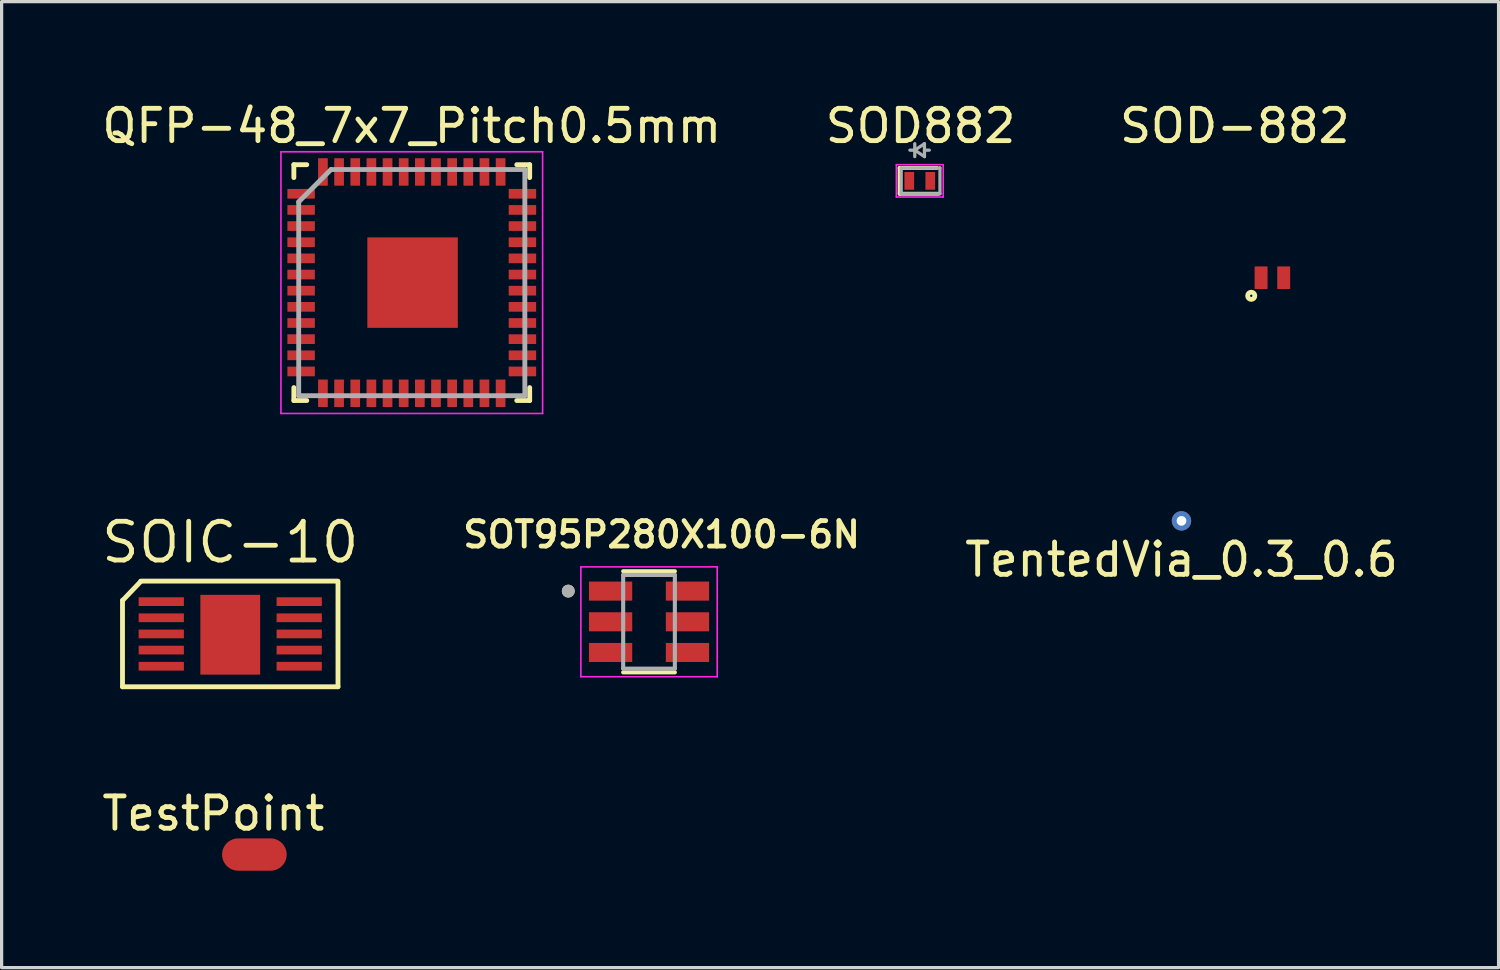
<source format=kicad_pcb>
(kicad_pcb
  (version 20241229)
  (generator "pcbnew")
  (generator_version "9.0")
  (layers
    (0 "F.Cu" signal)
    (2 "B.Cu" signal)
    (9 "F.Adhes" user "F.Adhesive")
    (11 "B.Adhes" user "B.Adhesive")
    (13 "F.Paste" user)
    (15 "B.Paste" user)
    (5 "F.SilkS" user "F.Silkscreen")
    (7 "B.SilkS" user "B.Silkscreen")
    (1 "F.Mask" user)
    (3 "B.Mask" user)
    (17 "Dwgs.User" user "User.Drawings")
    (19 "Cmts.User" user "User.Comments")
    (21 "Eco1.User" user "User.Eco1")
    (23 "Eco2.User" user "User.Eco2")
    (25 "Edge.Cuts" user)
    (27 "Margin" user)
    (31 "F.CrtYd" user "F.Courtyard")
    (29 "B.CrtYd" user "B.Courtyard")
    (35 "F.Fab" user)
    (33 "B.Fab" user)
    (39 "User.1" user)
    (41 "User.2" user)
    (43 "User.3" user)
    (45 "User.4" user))
  (footprint "SOD882"
    (layer "F.Cu")
    (at 25.446 0.348)
    (property "Reference" "SOD882" (at 0 0.5 0) (layer "F.SilkS") (effects (font (size 1 1) (thickness 0.15))))
    (attr through_hole)
    (fp_line (start -0.65 1.8) (end -0.65 2.6) (stroke (width 0.12) (type solid)) (layer "F.SilkS"))
    (fp_line (start 0.5 1.8) (end -0.65 1.8) (stroke (width 0.12) (type solid)) (layer "F.SilkS"))
    (fp_line (start 0.55 2.6) (end -0.65 2.6) (stroke (width 0.12) (type solid)) (layer "F.SilkS"))
    (fp_line (start -0.75 1.7) (end 0.7 1.7) (stroke (width 0.05) (type solid)) (layer "F.CrtYd"))
    (fp_line (start -0.75 2.7) (end -0.75 1.7) (stroke (width 0.05) (type solid)) (layer "F.CrtYd"))
    (fp_line (start 0.7 1.7) (end 0.7 2.7) (stroke (width 0.05) (type solid)) (layer "F.CrtYd"))
    (fp_line (start 0.7 2.7) (end -0.75 2.7) (stroke (width 0.05) (type solid)) (layer "F.CrtYd"))
    (fp_line (start -0.6 1.8) (end 0.6 1.8) (stroke (width 0.1) (type solid)) (layer "F.Fab"))
    (fp_line (start -0.6 2.6) (end -0.6 1.8) (stroke (width 0.1) (type solid)) (layer "F.Fab"))
    (fp_line (start -0.18 1.25) (end -0.33 1.25) (stroke (width 0.1) (type solid)) (layer "F.Fab"))
    (fp_line (start -0.18 1.25) (end 0.12 1.45) (stroke (width 0.1) (type solid)) (layer "F.Fab"))
    (fp_line (start -0.18 1.45) (end -0.18 1.05) (stroke (width 0.1) (type solid)) (layer "F.Fab"))
    (fp_line (start 0.12 1.05) (end -0.18 1.25) (stroke (width 0.1) (type solid)) (layer "F.Fab"))
    (fp_line (start 0.12 1.25) (end 0.27 1.25) (stroke (width 0.1) (type solid)) (layer "F.Fab"))
    (fp_line (start 0.12 1.45) (end 0.12 1.05) (stroke (width 0.1) (type solid)) (layer "F.Fab"))
    (fp_line (start 0.6 1.8) (end 0.6 2.6) (stroke (width 0.1) (type solid)) (layer "F.Fab"))
    (fp_line (start 0.6 2.6) (end -0.6 2.6) (stroke (width 0.1) (type solid)) (layer "F.Fab"))
    (pad "1" smd rect (at -0.35 2.2 180) (size 0.3 0.55) (layers "F.Cu" "F.Mask" "F.Paste"))
    (pad "2" smd rect (at 0.3 2.2 180) (size 0.3 0.55) (layers "F.Cu" "F.Mask" "F.Paste")))
  (footprint "QFP-48_7x7_Pitch0.5mm"
    (layer "F.Cu")
    (at 9.696 5.698)
    (property "Reference" "QFP-48_7x7_Pitch0.5mm" (at 0 -4.85 0) (layer "F.SilkS") (effects (font (size 1 1) (thickness 0.15))))
    (attr smd)
    (fp_line (start -3.65 -3.65) (end -3.65 -3.25) (stroke (width 0.15) (type solid)) (layer "F.SilkS"))
    (fp_line (start -3.65 3.65) (end -3.65 3.25) (stroke (width 0.15) (type solid)) (layer "F.SilkS"))
    (fp_line (start -3.25 -3.65) (end -3.65 -3.65) (stroke (width 0.15) (type solid)) (layer "F.SilkS"))
    (fp_line (start -3.25 3.65) (end -3.65 3.65) (stroke (width 0.15) (type solid)) (layer "F.SilkS"))
    (fp_line (start 3.25 -3.65) (end 3.65 -3.65) (stroke (width 0.15) (type solid)) (layer "F.SilkS"))
    (fp_line (start 3.25 3.65) (end 3.65 3.65) (stroke (width 0.15) (type solid)) (layer "F.SilkS"))
    (fp_line (start 3.65 -3.65) (end 3.65 -3.25) (stroke (width 0.15) (type solid)) (layer "F.SilkS"))
    (fp_line (start 3.65 3.65) (end 3.65 3.25) (stroke (width 0.15) (type solid)) (layer "F.SilkS"))
    (fp_line (start -4.05 -4.05) (end 4.05 -4.05) (stroke (width 0.05) (type solid)) (layer "F.CrtYd"))
    (fp_line (start -4.05 4.05) (end -4.05 -4.05) (stroke (width 0.05) (type solid)) (layer "F.CrtYd"))
    (fp_line (start 4.05 -4.05) (end 4.05 4.05) (stroke (width 0.05) (type solid)) (layer "F.CrtYd"))
    (fp_line (start 4.05 4.05) (end -4.05 4.05) (stroke (width 0.05) (type solid)) (layer "F.CrtYd"))
    (fp_line (start -3.5 -2.5) (end -3.5 3.5) (stroke (width 0.15) (type solid)) (layer "F.Fab"))
    (fp_line (start -3.5 3.5) (end 3.5 3.5) (stroke (width 0.15) (type solid)) (layer "F.Fab"))
    (fp_line (start -2.5 -3.5) (end -3.5 -2.5) (stroke (width 0.15) (type solid)) (layer "F.Fab"))
    (fp_line (start 3.5 -3.5) (end -2.5 -3.5) (stroke (width 0.15) (type solid)) (layer "F.Fab"))
    (fp_line (start 3.5 3.5) (end 3.5 -3.5) (stroke (width 0.15) (type solid)) (layer "F.Fab"))
    (pad "1" smd rect (at -3.425 -2.75 90) (size 0.3 0.85) (layers "F.Cu" "F.Mask" "F.Paste"))
    (pad "2" smd rect (at -3.425 -2.25 90) (size 0.3 0.85) (layers "F.Cu" "F.Mask" "F.Paste"))
    (pad "3" smd rect (at -3.425 -1.75 90) (size 0.3 0.85) (layers "F.Cu" "F.Mask" "F.Paste"))
    (pad "4" smd rect (at -3.425 -1.25 90) (size 0.3 0.85) (layers "F.Cu" "F.Mask" "F.Paste"))
    (pad "5" smd rect (at -3.425 -0.75 90) (size 0.3 0.85) (layers "F.Cu" "F.Mask" "F.Paste"))
    (pad "6" smd rect (at -3.425 -0.25 90) (size 0.3 0.85) (layers "F.Cu" "F.Mask" "F.Paste"))
    (pad "7" smd rect (at -3.425 0.25 90) (size 0.3 0.85) (layers "F.Cu" "F.Mask" "F.Paste"))
    (pad "8" smd rect (at -3.425 0.75 90) (size 0.3 0.85) (layers "F.Cu" "F.Mask" "F.Paste"))
    (pad "9" smd rect (at -3.425 1.25 90) (size 0.3 0.85) (layers "F.Cu" "F.Mask" "F.Paste"))
    (pad "10" smd rect (at -3.425 1.75 90) (size 0.3 0.85) (layers "F.Cu" "F.Mask" "F.Paste"))
    (pad "11" smd rect (at -3.425 2.25 90) (size 0.3 0.85) (layers "F.Cu" "F.Mask" "F.Paste"))
    (pad "12" smd rect (at -3.425 2.75 90) (size 0.3 0.85) (layers "F.Cu" "F.Mask" "F.Paste"))
    (pad "13" smd rect (at -2.75 3.425) (size 0.3 0.85) (layers "F.Cu" "F.Mask" "F.Paste"))
    (pad "14" smd rect (at -2.25 3.425) (size 0.3 0.85) (layers "F.Cu" "F.Mask" "F.Paste"))
    (pad "15" smd rect (at -1.75 3.425) (size 0.3 0.85) (layers "F.Cu" "F.Mask" "F.Paste"))
    (pad "16" smd rect (at -1.25 3.425) (size 0.3 0.85) (layers "F.Cu" "F.Mask" "F.Paste"))
    (pad "17" smd rect (at -0.75 3.425) (size 0.3 0.85) (layers "F.Cu" "F.Mask" "F.Paste"))
    (pad "18" smd rect (at -0.25 3.425) (size 0.3 0.85) (layers "F.Cu" "F.Mask" "F.Paste"))
    (pad "19" smd rect (at 0.25 3.425) (size 0.3 0.85) (layers "F.Cu" "F.Mask" "F.Paste"))
    (pad "20" smd rect (at 0.75 3.425) (size 0.3 0.85) (layers "F.Cu" "F.Mask" "F.Paste"))
    (pad "21" smd rect (at 1.25 3.425) (size 0.3 0.85) (layers "F.Cu" "F.Mask" "F.Paste"))
    (pad "22" smd rect (at 1.75 3.425) (size 0.3 0.85) (layers "F.Cu" "F.Mask" "F.Paste"))
    (pad "23" smd rect (at 2.25 3.425) (size 0.3 0.85) (layers "F.Cu" "F.Mask" "F.Paste"))
    (pad "24" smd rect (at 2.75 3.425) (size 0.3 0.85) (layers "F.Cu" "F.Mask" "F.Paste"))
    (pad "25" smd rect (at 3.425 2.75 90) (size 0.3 0.85) (layers "F.Cu" "F.Mask" "F.Paste"))
    (pad "26" smd rect (at 3.425 2.25 90) (size 0.3 0.85) (layers "F.Cu" "F.Mask" "F.Paste"))
    (pad "27" smd rect (at 3.425 1.75 90) (size 0.3 0.85) (layers "F.Cu" "F.Mask" "F.Paste"))
    (pad "28" smd rect (at 3.425 1.25 90) (size 0.3 0.85) (layers "F.Cu" "F.Mask" "F.Paste"))
    (pad "29" smd rect (at 3.425 0.75 90) (size 0.3 0.85) (layers "F.Cu" "F.Mask" "F.Paste"))
    (pad "30" smd rect (at 3.425 0.25 90) (size 0.3 0.85) (layers "F.Cu" "F.Mask" "F.Paste"))
    (pad "31" smd rect (at 3.425 -0.25 90) (size 0.3 0.85) (layers "F.Cu" "F.Mask" "F.Paste"))
    (pad "32" smd rect (at 3.425 -0.75 90) (size 0.3 0.85) (layers "F.Cu" "F.Mask" "F.Paste"))
    (pad "33" smd rect (at 3.425 -1.25 90) (size 0.3 0.85) (layers "F.Cu" "F.Mask" "F.Paste"))
    (pad "34" smd rect (at 3.425 -1.75 90) (size 0.3 0.85) (layers "F.Cu" "F.Mask" "F.Paste"))
    (pad "35" smd rect (at 3.425 -2.25 90) (size 0.3 0.85) (layers "F.Cu" "F.Mask" "F.Paste"))
    (pad "36" smd rect (at 3.425 -2.75 90) (size 0.3 0.85) (layers "F.Cu" "F.Mask" "F.Paste"))
    (pad "37" smd rect (at 2.75 -3.425) (size 0.3 0.85) (layers "F.Cu" "F.Mask" "F.Paste"))
    (pad "38" smd rect (at 2.25 -3.425) (size 0.3 0.85) (layers "F.Cu" "F.Mask" "F.Paste"))
    (pad "39" smd rect (at 1.75 -3.425) (size 0.3 0.85) (layers "F.Cu" "F.Mask" "F.Paste"))
    (pad "40" smd rect (at 1.25 -3.425) (size 0.3 0.85) (layers "F.Cu" "F.Mask" "F.Paste"))
    (pad "41" smd rect (at 0.75 -3.425) (size 0.3 0.85) (layers "F.Cu" "F.Mask" "F.Paste"))
    (pad "42" smd rect (at 0.25 -3.425) (size 0.3 0.85) (layers "F.Cu" "F.Mask" "F.Paste"))
    (pad "43" smd rect (at -0.25 -3.425) (size 0.3 0.85) (layers "F.Cu" "F.Mask" "F.Paste"))
    (pad "44" smd rect (at -0.75 -3.425) (size 0.3 0.85) (layers "F.Cu" "F.Mask" "F.Paste"))
    (pad "45" smd rect (at -1.25 -3.425) (size 0.3 0.85) (layers "F.Cu" "F.Mask" "F.Paste"))
    (pad "46" smd rect (at -1.75 -3.425) (size 0.3 0.85) (layers "F.Cu" "F.Mask" "F.Paste"))
    (pad "47" smd rect (at -2.25 -3.425) (size 0.3 0.85) (layers "F.Cu" "F.Mask" "F.Paste"))
    (pad "48" smd rect (at -2.75 -3.425) (size 0.3 0.85) (layers "F.Cu" "F.Mask" "F.Paste"))
    (pad "49" smd rect (at 0.025 0) (size 2.8 2.8) (layers "F.Cu" "F.Mask" "F.Paste")))
  (footprint "SOT95P280X100-6N"
    (layer "F.Cu")
    (at 17.04 16.197)
    (property "Reference" "SOT95P280X100-6N" (at 0.39 -2.7 0) (layer "F.SilkS") (effects (font (size 0.787 0.787) (thickness 0.15))))
    (attr through_hole)
    (fp_line (start 0.8 -1.565) (end -0.8 -1.565) (stroke (width 0.127) (type solid)) (layer "F.SilkS"))
    (fp_line (start 0.8 1.565) (end -0.8 1.565) (stroke (width 0.127) (type solid)) (layer "F.SilkS"))
    (fp_circle (center -2.5 -0.95) (end -2.4 -0.95) (stroke (width 0.2) (type solid)) (fill no) (layer "F.SilkS"))
    (fp_line (start -2.11 -1.7) (end -2.11 1.7) (stroke (width 0.05) (type solid)) (layer "F.CrtYd"))
    (fp_line (start -2.11 1.7) (end 2.11 1.7) (stroke (width 0.05) (type solid)) (layer "F.CrtYd"))
    (fp_line (start 2.11 -1.7) (end -2.11 -1.7) (stroke (width 0.05) (type solid)) (layer "F.CrtYd"))
    (fp_line (start 2.11 1.7) (end 2.11 -1.7) (stroke (width 0.05) (type solid)) (layer "F.CrtYd"))
    (fp_line (start -0.8 -1.45) (end -0.8 1.45) (stroke (width 0.127) (type solid)) (layer "F.Fab"))
    (fp_line (start -0.8 1.45) (end 0.8 1.45) (stroke (width 0.127) (type solid)) (layer "F.Fab"))
    (fp_line (start 0.8 -1.45) (end -0.8 -1.45) (stroke (width 0.127) (type solid)) (layer "F.Fab"))
    (fp_line (start 0.8 1.45) (end 0.8 -1.45) (stroke (width 0.127) (type solid)) (layer "F.Fab"))
    (fp_circle (center -2.5 -0.95) (end -2.4 -0.95) (stroke (width 0.2) (type solid)) (fill no) (layer "F.Fab"))
    (pad "1" smd rect (at -1.19 -0.95) (size 1.34 0.59) (layers "F.Cu" "F.Mask" "F.Paste"))
    (pad "2" smd rect (at -1.19 0) (size 1.34 0.59) (layers "F.Cu" "F.Mask" "F.Paste"))
    (pad "3" smd rect (at -1.19 0.95) (size 1.34 0.59) (layers "F.Cu" "F.Mask" "F.Paste"))
    (pad "4" smd rect (at 1.19 0.95) (size 1.34 0.59) (layers "F.Cu" "F.Mask" "F.Paste"))
    (pad "5" smd rect (at 1.19 0) (size 1.34 0.59) (layers "F.Cu" "F.Mask" "F.Paste"))
    (pad "6" smd rect (at 1.19 -0.95) (size 1.34 0.59) (layers "F.Cu" "F.Mask" "F.Paste")))
  (footprint "SOIC-10"
    (layer "F.Cu")
    (at 4.102 16.573)
    (property "Reference" "SOIC-10" (at -0.025 -2.835 0) (layer "F.SilkS") (effects (font (size 1.2 1.2) (thickness 0.15))))
    (attr through_hole)
    (fp_line (start -3.36 -1.042) (end -3.36 1.635) (stroke (width 0.15) (type solid)) (layer "F.SilkS"))
    (fp_line (start -3.36 1.635) (end 3.31 1.635) (stroke (width 0.15) (type solid)) (layer "F.SilkS"))
    (fp_line (start -3.353 -1.041) (end -2.794 -1.626) (stroke (width 0.15) (type solid)) (layer "F.SilkS"))
    (fp_line (start 3.302 -1.635) (end -2.794 -1.635) (stroke (width 0.15) (type solid)) (layer "F.SilkS"))
    (fp_line (start 3.31 1.635) (end 3.31 -1.626) (stroke (width 0.15) (type solid)) (layer "F.SilkS"))
    (pad "1" smd rect (at -2.16 -1 270) (size 0.27 1.4) (layers "F.Cu" "F.Mask" "F.Paste"))
    (pad "2" smd rect (at -2.16 -0.5 270) (size 0.27 1.4) (layers "F.Cu" "F.Mask" "F.Paste"))
    (pad "3" smd rect (at -2.16 0 270) (size 0.27 1.4) (layers "F.Cu" "F.Mask" "F.Paste"))
    (pad "4" smd rect (at -2.16 0.5 270) (size 0.27 1.4) (layers "F.Cu" "F.Mask" "F.Paste"))
    (pad "5" smd rect (at -2.16 1 270) (size 0.27 1.4) (layers "F.Cu" "F.Mask" "F.Paste"))
    (pad "6" smd rect (at 2.11 1 270) (size 0.27 1.4) (layers "F.Cu" "F.Mask" "F.Paste"))
    (pad "7" smd rect (at 2.11 0.5 270) (size 0.27 1.4) (layers "F.Cu" "F.Mask" "F.Paste"))
    (pad "8" smd rect (at 2.11 0 270) (size 0.27 1.4) (layers "F.Cu" "F.Mask" "F.Paste"))
    (pad "9" smd rect (at 2.11 -0.5 270) (size 0.27 1.4) (layers "F.Cu" "F.Mask" "F.Paste"))
    (pad "10" smd rect (at 2.11 -1 270) (size 0.27 1.4) (layers "F.Cu" "F.Mask" "F.Paste"))
    (pad "11" smd rect (at -0.025 0.025) (size 1.85 2.47) (layers "F.Cu" "F.Mask" "F.Paste")))
  (footprint "SOD-882"
    (layer "F.Cu")
    (at 36.316 5.547)
    (property "Reference" "SOD-882" (at -1.143 -4.699 0) (layer "F.SilkS") (effects (font (size 1 1) (thickness 0.15))))
    (attr through_hole)
    (fp_circle (center -0.635 0.559) (end -0.599 0.559) (stroke (width 0.15) (type solid)) (fill no) (layer "F.SilkS"))
    (fp_line (start -0.584 -0.406) (end 0.635 -0.406) (stroke (width 0.05) (type solid)) (layer "Eco1.User"))
    (fp_line (start -0.584 0.406) (end -0.584 -0.406) (stroke (width 0.05) (type solid)) (layer "Eco1.User"))
    (fp_line (start 0.635 -0.406) (end 0.635 0.406) (stroke (width 0.05) (type solid)) (layer "Eco1.User"))
    (fp_line (start 0.635 0.406) (end -0.584 0.406) (stroke (width 0.05) (type solid)) (layer "Eco1.User"))
    (pad "1" smd rect (at -0.33 0) (size 0.4 0.7) (layers "F.Cu" "F.Mask" "F.Paste"))
    (pad "2" smd rect (at 0.37 0) (size 0.4 0.7) (layers "F.Cu" "F.Mask" "F.Paste")))
  (footprint "TentedVia_0.3_0.6"
    (layer "F.Cu")
    (at 33.522 13.073)
    (property "Reference" "TentedVia_0.3_0.6" (at 0 1.2 0) (layer "F.SilkS") (effects (font (size 1 1) (thickness 0.15))))
    (attr through_hole)
    (pad "1" thru_hole circle (at 0 0) (size 0.6 0.6) (drill 0.3) (layers "*.Cu")))
  (footprint "TestPoint"
    (layer "F.Cu")
    (at 4.824 23.402)
    (property "Reference" "TestPoint" (at -1.27 -1.27 0) (layer "F.SilkS") (effects (font (size 1 1) (thickness 0.15))))
    (attr through_hole)
    (pad "1" smd oval (at 0 0) (size 2 1) (layers "F.Cu" "F.Mask" "F.Paste")))
  (gr_rect
    (start -3 -3)
    (end 43.337 26.902)
    (stroke (width 0.1) (type default))
    (fill no)
    (layer "Edge.Cuts")))
</source>
